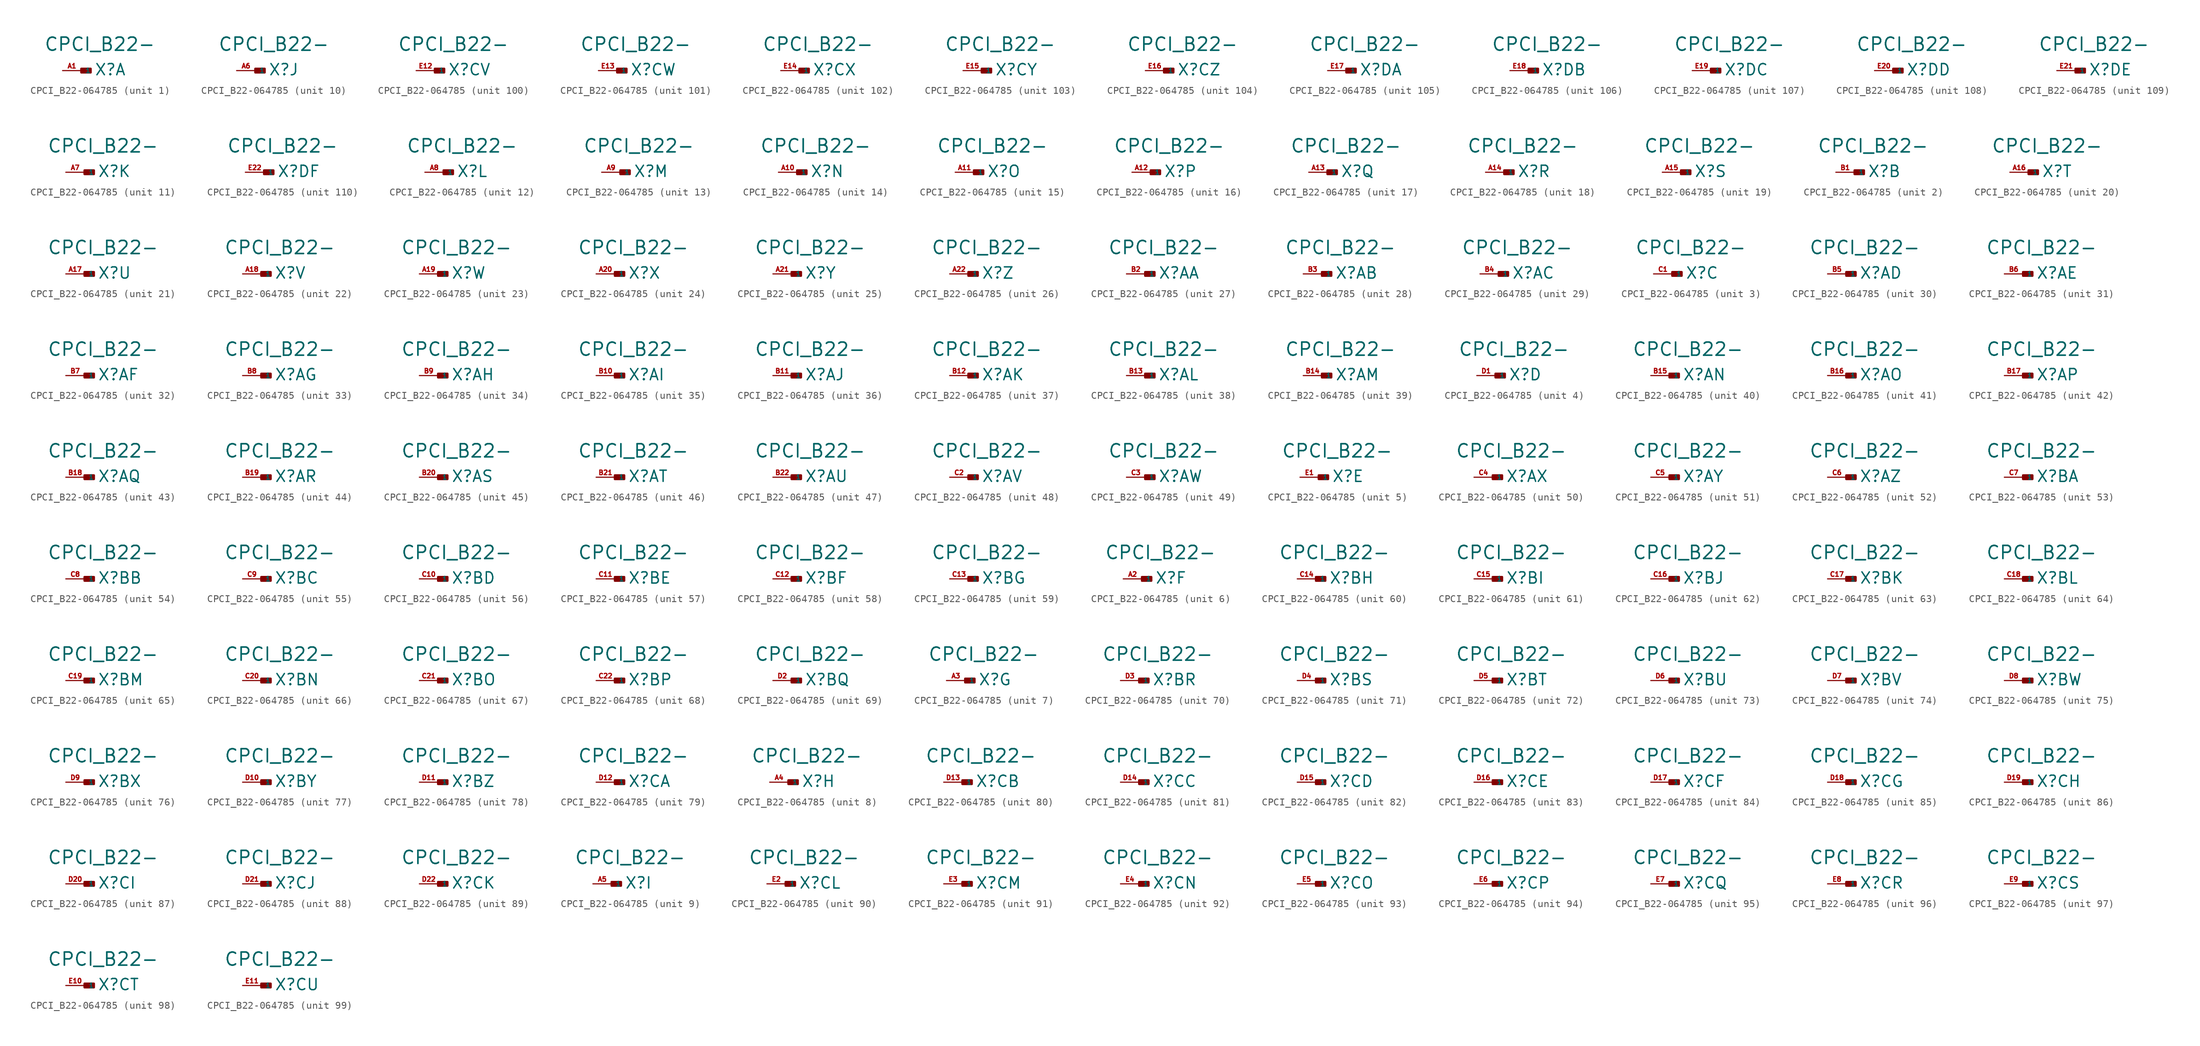
<source format=kicad_sym>
(kicad_symbol_lib
  (version 20220914)
  (generator Eagle2Kicad)
  (symbol "CPCI_B22-064785"
    (property "Reference" "X"
      (at 1.778 -0.762 0)
      (effects (font (size 1.524 1.524) (thickness 0.19)) (justify left bottom)))
    (property "Value" "CPCI_B22-"
      (at -5.08 2.54 0)
      (effects (font (size 1.778 1.778) (thickness 0.22)) (justify left bottom)))
    (symbol "CPCI_B22-064785_1_0"
      (rectangle (start 0 -0.254) (end 1.27 0.254) (stroke (width 0.3) (type default)) (fill (type outline)))
      (pin input line (at -2.54 0 0) (length 2.54) (name "1" (effects (font (size 0.635 0.635) (thickness 0.08)) (justify left bottom))) (number "A1" (effects (font (size 0.635 0.635) (thickness 0.08)) (justify left bottom)))))
    (symbol "CPCI_B22-064785_2_0"
      (rectangle (start 0 -0.254) (end 1.27 0.254) (stroke (width 0.3) (type default)) (fill (type outline)))
      (pin input line (at -2.54 0 0) (length 2.54) (name "1" (effects (font (size 0.635 0.635) (thickness 0.08)) (justify left bottom))) (number "B1" (effects (font (size 0.635 0.635) (thickness 0.08)) (justify left bottom)))))
    (symbol "CPCI_B22-064785_3_0"
      (rectangle (start 0 -0.254) (end 1.27 0.254) (stroke (width 0.3) (type default)) (fill (type outline)))
      (pin input line (at -2.54 0 0) (length 2.54) (name "1" (effects (font (size 0.635 0.635) (thickness 0.08)) (justify left bottom))) (number "C1" (effects (font (size 0.635 0.635) (thickness 0.08)) (justify left bottom)))))
    (symbol "CPCI_B22-064785_4_0"
      (rectangle (start 0 -0.254) (end 1.27 0.254) (stroke (width 0.3) (type default)) (fill (type outline)))
      (pin input line (at -2.54 0 0) (length 2.54) (name "1" (effects (font (size 0.635 0.635) (thickness 0.08)) (justify left bottom))) (number "D1" (effects (font (size 0.635 0.635) (thickness 0.08)) (justify left bottom)))))
    (symbol "CPCI_B22-064785_5_0"
      (rectangle (start 0 -0.254) (end 1.27 0.254) (stroke (width 0.3) (type default)) (fill (type outline)))
      (pin input line (at -2.54 0 0) (length 2.54) (name "1" (effects (font (size 0.635 0.635) (thickness 0.08)) (justify left bottom))) (number "E1" (effects (font (size 0.635 0.635) (thickness 0.08)) (justify left bottom)))))
    (symbol "CPCI_B22-064785_6_0"
      (rectangle (start 0 -0.254) (end 1.27 0.254) (stroke (width 0.3) (type default)) (fill (type outline)))
      (pin input line (at -2.54 0 0) (length 2.54) (name "1" (effects (font (size 0.635 0.635) (thickness 0.08)) (justify left bottom))) (number "A2" (effects (font (size 0.635 0.635) (thickness 0.08)) (justify left bottom)))))
    (symbol "CPCI_B22-064785_7_0"
      (rectangle (start 0 -0.254) (end 1.27 0.254) (stroke (width 0.3) (type default)) (fill (type outline)))
      (pin input line (at -2.54 0 0) (length 2.54) (name "1" (effects (font (size 0.635 0.635) (thickness 0.08)) (justify left bottom))) (number "A3" (effects (font (size 0.635 0.635) (thickness 0.08)) (justify left bottom)))))
    (symbol "CPCI_B22-064785_8_0"
      (rectangle (start 0 -0.254) (end 1.27 0.254) (stroke (width 0.3) (type default)) (fill (type outline)))
      (pin input line (at -2.54 0 0) (length 2.54) (name "1" (effects (font (size 0.635 0.635) (thickness 0.08)) (justify left bottom))) (number "A4" (effects (font (size 0.635 0.635) (thickness 0.08)) (justify left bottom)))))
    (symbol "CPCI_B22-064785_9_0"
      (rectangle (start 0 -0.254) (end 1.27 0.254) (stroke (width 0.3) (type default)) (fill (type outline)))
      (pin input line (at -2.54 0 0) (length 2.54) (name "1" (effects (font (size 0.635 0.635) (thickness 0.08)) (justify left bottom))) (number "A5" (effects (font (size 0.635 0.635) (thickness 0.08)) (justify left bottom)))))
    (symbol "CPCI_B22-064785_10_0"
      (rectangle (start 0 -0.254) (end 1.27 0.254) (stroke (width 0.3) (type default)) (fill (type outline)))
      (pin input line (at -2.54 0 0) (length 2.54) (name "1" (effects (font (size 0.635 0.635) (thickness 0.08)) (justify left bottom))) (number "A6" (effects (font (size 0.635 0.635) (thickness 0.08)) (justify left bottom)))))
    (symbol "CPCI_B22-064785_11_0"
      (rectangle (start 0 -0.254) (end 1.27 0.254) (stroke (width 0.3) (type default)) (fill (type outline)))
      (pin input line (at -2.54 0 0) (length 2.54) (name "1" (effects (font (size 0.635 0.635) (thickness 0.08)) (justify left bottom))) (number "A7" (effects (font (size 0.635 0.635) (thickness 0.08)) (justify left bottom)))))
    (symbol "CPCI_B22-064785_12_0"
      (rectangle (start 0 -0.254) (end 1.27 0.254) (stroke (width 0.3) (type default)) (fill (type outline)))
      (pin input line (at -2.54 0 0) (length 2.54) (name "1" (effects (font (size 0.635 0.635) (thickness 0.08)) (justify left bottom))) (number "A8" (effects (font (size 0.635 0.635) (thickness 0.08)) (justify left bottom)))))
    (symbol "CPCI_B22-064785_13_0"
      (rectangle (start 0 -0.254) (end 1.27 0.254) (stroke (width 0.3) (type default)) (fill (type outline)))
      (pin input line (at -2.54 0 0) (length 2.54) (name "1" (effects (font (size 0.635 0.635) (thickness 0.08)) (justify left bottom))) (number "A9" (effects (font (size 0.635 0.635) (thickness 0.08)) (justify left bottom)))))
    (symbol "CPCI_B22-064785_14_0"
      (rectangle (start 0 -0.254) (end 1.27 0.254) (stroke (width 0.3) (type default)) (fill (type outline)))
      (pin input line (at -2.54 0 0) (length 2.54) (name "1" (effects (font (size 0.635 0.635) (thickness 0.08)) (justify left bottom))) (number "A10" (effects (font (size 0.635 0.635) (thickness 0.08)) (justify left bottom)))))
    (symbol "CPCI_B22-064785_15_0"
      (rectangle (start 0 -0.254) (end 1.27 0.254) (stroke (width 0.3) (type default)) (fill (type outline)))
      (pin input line (at -2.54 0 0) (length 2.54) (name "1" (effects (font (size 0.635 0.635) (thickness 0.08)) (justify left bottom))) (number "A11" (effects (font (size 0.635 0.635) (thickness 0.08)) (justify left bottom)))))
    (symbol "CPCI_B22-064785_16_0"
      (rectangle (start 0 -0.254) (end 1.27 0.254) (stroke (width 0.3) (type default)) (fill (type outline)))
      (pin input line (at -2.54 0 0) (length 2.54) (name "1" (effects (font (size 0.635 0.635) (thickness 0.08)) (justify left bottom))) (number "A12" (effects (font (size 0.635 0.635) (thickness 0.08)) (justify left bottom)))))
    (symbol "CPCI_B22-064785_17_0"
      (rectangle (start 0 -0.254) (end 1.27 0.254) (stroke (width 0.3) (type default)) (fill (type outline)))
      (pin input line (at -2.54 0 0) (length 2.54) (name "1" (effects (font (size 0.635 0.635) (thickness 0.08)) (justify left bottom))) (number "A13" (effects (font (size 0.635 0.635) (thickness 0.08)) (justify left bottom)))))
    (symbol "CPCI_B22-064785_18_0"
      (rectangle (start 0 -0.254) (end 1.27 0.254) (stroke (width 0.3) (type default)) (fill (type outline)))
      (pin input line (at -2.54 0 0) (length 2.54) (name "1" (effects (font (size 0.635 0.635) (thickness 0.08)) (justify left bottom))) (number "A14" (effects (font (size 0.635 0.635) (thickness 0.08)) (justify left bottom)))))
    (symbol "CPCI_B22-064785_19_0"
      (rectangle (start 0 -0.254) (end 1.27 0.254) (stroke (width 0.3) (type default)) (fill (type outline)))
      (pin input line (at -2.54 0 0) (length 2.54) (name "1" (effects (font (size 0.635 0.635) (thickness 0.08)) (justify left bottom))) (number "A15" (effects (font (size 0.635 0.635) (thickness 0.08)) (justify left bottom)))))
    (symbol "CPCI_B22-064785_20_0"
      (rectangle (start 0 -0.254) (end 1.27 0.254) (stroke (width 0.3) (type default)) (fill (type outline)))
      (pin input line (at -2.54 0 0) (length 2.54) (name "1" (effects (font (size 0.635 0.635) (thickness 0.08)) (justify left bottom))) (number "A16" (effects (font (size 0.635 0.635) (thickness 0.08)) (justify left bottom)))))
    (symbol "CPCI_B22-064785_21_0"
      (rectangle (start 0 -0.254) (end 1.27 0.254) (stroke (width 0.3) (type default)) (fill (type outline)))
      (pin input line (at -2.54 0 0) (length 2.54) (name "1" (effects (font (size 0.635 0.635) (thickness 0.08)) (justify left bottom))) (number "A17" (effects (font (size 0.635 0.635) (thickness 0.08)) (justify left bottom)))))
    (symbol "CPCI_B22-064785_22_0"
      (rectangle (start 0 -0.254) (end 1.27 0.254) (stroke (width 0.3) (type default)) (fill (type outline)))
      (pin input line (at -2.54 0 0) (length 2.54) (name "1" (effects (font (size 0.635 0.635) (thickness 0.08)) (justify left bottom))) (number "A18" (effects (font (size 0.635 0.635) (thickness 0.08)) (justify left bottom)))))
    (symbol "CPCI_B22-064785_23_0"
      (rectangle (start 0 -0.254) (end 1.27 0.254) (stroke (width 0.3) (type default)) (fill (type outline)))
      (pin input line (at -2.54 0 0) (length 2.54) (name "1" (effects (font (size 0.635 0.635) (thickness 0.08)) (justify left bottom))) (number "A19" (effects (font (size 0.635 0.635) (thickness 0.08)) (justify left bottom)))))
    (symbol "CPCI_B22-064785_24_0"
      (rectangle (start 0 -0.254) (end 1.27 0.254) (stroke (width 0.3) (type default)) (fill (type outline)))
      (pin input line (at -2.54 0 0) (length 2.54) (name "1" (effects (font (size 0.635 0.635) (thickness 0.08)) (justify left bottom))) (number "A20" (effects (font (size 0.635 0.635) (thickness 0.08)) (justify left bottom)))))
    (symbol "CPCI_B22-064785_25_0"
      (rectangle (start 0 -0.254) (end 1.27 0.254) (stroke (width 0.3) (type default)) (fill (type outline)))
      (pin input line (at -2.54 0 0) (length 2.54) (name "1" (effects (font (size 0.635 0.635) (thickness 0.08)) (justify left bottom))) (number "A21" (effects (font (size 0.635 0.635) (thickness 0.08)) (justify left bottom)))))
    (symbol "CPCI_B22-064785_26_0"
      (rectangle (start 0 -0.254) (end 1.27 0.254) (stroke (width 0.3) (type default)) (fill (type outline)))
      (pin input line (at -2.54 0 0) (length 2.54) (name "1" (effects (font (size 0.635 0.635) (thickness 0.08)) (justify left bottom))) (number "A22" (effects (font (size 0.635 0.635) (thickness 0.08)) (justify left bottom)))))
    (symbol "CPCI_B22-064785_27_0"
      (rectangle (start 0 -0.254) (end 1.27 0.254) (stroke (width 0.3) (type default)) (fill (type outline)))
      (pin input line (at -2.54 0 0) (length 2.54) (name "1" (effects (font (size 0.635 0.635) (thickness 0.08)) (justify left bottom))) (number "B2" (effects (font (size 0.635 0.635) (thickness 0.08)) (justify left bottom)))))
    (symbol "CPCI_B22-064785_28_0"
      (rectangle (start 0 -0.254) (end 1.27 0.254) (stroke (width 0.3) (type default)) (fill (type outline)))
      (pin input line (at -2.54 0 0) (length 2.54) (name "1" (effects (font (size 0.635 0.635) (thickness 0.08)) (justify left bottom))) (number "B3" (effects (font (size 0.635 0.635) (thickness 0.08)) (justify left bottom)))))
    (symbol "CPCI_B22-064785_29_0"
      (rectangle (start 0 -0.254) (end 1.27 0.254) (stroke (width 0.3) (type default)) (fill (type outline)))
      (pin input line (at -2.54 0 0) (length 2.54) (name "1" (effects (font (size 0.635 0.635) (thickness 0.08)) (justify left bottom))) (number "B4" (effects (font (size 0.635 0.635) (thickness 0.08)) (justify left bottom)))))
    (symbol "CPCI_B22-064785_30_0"
      (rectangle (start 0 -0.254) (end 1.27 0.254) (stroke (width 0.3) (type default)) (fill (type outline)))
      (pin input line (at -2.54 0 0) (length 2.54) (name "1" (effects (font (size 0.635 0.635) (thickness 0.08)) (justify left bottom))) (number "B5" (effects (font (size 0.635 0.635) (thickness 0.08)) (justify left bottom)))))
    (symbol "CPCI_B22-064785_31_0"
      (rectangle (start 0 -0.254) (end 1.27 0.254) (stroke (width 0.3) (type default)) (fill (type outline)))
      (pin input line (at -2.54 0 0) (length 2.54) (name "1" (effects (font (size 0.635 0.635) (thickness 0.08)) (justify left bottom))) (number "B6" (effects (font (size 0.635 0.635) (thickness 0.08)) (justify left bottom)))))
    (symbol "CPCI_B22-064785_32_0"
      (rectangle (start 0 -0.254) (end 1.27 0.254) (stroke (width 0.3) (type default)) (fill (type outline)))
      (pin input line (at -2.54 0 0) (length 2.54) (name "1" (effects (font (size 0.635 0.635) (thickness 0.08)) (justify left bottom))) (number "B7" (effects (font (size 0.635 0.635) (thickness 0.08)) (justify left bottom)))))
    (symbol "CPCI_B22-064785_33_0"
      (rectangle (start 0 -0.254) (end 1.27 0.254) (stroke (width 0.3) (type default)) (fill (type outline)))
      (pin input line (at -2.54 0 0) (length 2.54) (name "1" (effects (font (size 0.635 0.635) (thickness 0.08)) (justify left bottom))) (number "B8" (effects (font (size 0.635 0.635) (thickness 0.08)) (justify left bottom)))))
    (symbol "CPCI_B22-064785_34_0"
      (rectangle (start 0 -0.254) (end 1.27 0.254) (stroke (width 0.3) (type default)) (fill (type outline)))
      (pin input line (at -2.54 0 0) (length 2.54) (name "1" (effects (font (size 0.635 0.635) (thickness 0.08)) (justify left bottom))) (number "B9" (effects (font (size 0.635 0.635) (thickness 0.08)) (justify left bottom)))))
    (symbol "CPCI_B22-064785_35_0"
      (rectangle (start 0 -0.254) (end 1.27 0.254) (stroke (width 0.3) (type default)) (fill (type outline)))
      (pin input line (at -2.54 0 0) (length 2.54) (name "1" (effects (font (size 0.635 0.635) (thickness 0.08)) (justify left bottom))) (number "B10" (effects (font (size 0.635 0.635) (thickness 0.08)) (justify left bottom)))))
    (symbol "CPCI_B22-064785_36_0"
      (rectangle (start 0 -0.254) (end 1.27 0.254) (stroke (width 0.3) (type default)) (fill (type outline)))
      (pin input line (at -2.54 0 0) (length 2.54) (name "1" (effects (font (size 0.635 0.635) (thickness 0.08)) (justify left bottom))) (number "B11" (effects (font (size 0.635 0.635) (thickness 0.08)) (justify left bottom)))))
    (symbol "CPCI_B22-064785_37_0"
      (rectangle (start 0 -0.254) (end 1.27 0.254) (stroke (width 0.3) (type default)) (fill (type outline)))
      (pin input line (at -2.54 0 0) (length 2.54) (name "1" (effects (font (size 0.635 0.635) (thickness 0.08)) (justify left bottom))) (number "B12" (effects (font (size 0.635 0.635) (thickness 0.08)) (justify left bottom)))))
    (symbol "CPCI_B22-064785_38_0"
      (rectangle (start 0 -0.254) (end 1.27 0.254) (stroke (width 0.3) (type default)) (fill (type outline)))
      (pin input line (at -2.54 0 0) (length 2.54) (name "1" (effects (font (size 0.635 0.635) (thickness 0.08)) (justify left bottom))) (number "B13" (effects (font (size 0.635 0.635) (thickness 0.08)) (justify left bottom)))))
    (symbol "CPCI_B22-064785_39_0"
      (rectangle (start 0 -0.254) (end 1.27 0.254) (stroke (width 0.3) (type default)) (fill (type outline)))
      (pin input line (at -2.54 0 0) (length 2.54) (name "1" (effects (font (size 0.635 0.635) (thickness 0.08)) (justify left bottom))) (number "B14" (effects (font (size 0.635 0.635) (thickness 0.08)) (justify left bottom)))))
    (symbol "CPCI_B22-064785_40_0"
      (rectangle (start 0 -0.254) (end 1.27 0.254) (stroke (width 0.3) (type default)) (fill (type outline)))
      (pin input line (at -2.54 0 0) (length 2.54) (name "1" (effects (font (size 0.635 0.635) (thickness 0.08)) (justify left bottom))) (number "B15" (effects (font (size 0.635 0.635) (thickness 0.08)) (justify left bottom)))))
    (symbol "CPCI_B22-064785_41_0"
      (rectangle (start 0 -0.254) (end 1.27 0.254) (stroke (width 0.3) (type default)) (fill (type outline)))
      (pin input line (at -2.54 0 0) (length 2.54) (name "1" (effects (font (size 0.635 0.635) (thickness 0.08)) (justify left bottom))) (number "B16" (effects (font (size 0.635 0.635) (thickness 0.08)) (justify left bottom)))))
    (symbol "CPCI_B22-064785_42_0"
      (rectangle (start 0 -0.254) (end 1.27 0.254) (stroke (width 0.3) (type default)) (fill (type outline)))
      (pin input line (at -2.54 0 0) (length 2.54) (name "1" (effects (font (size 0.635 0.635) (thickness 0.08)) (justify left bottom))) (number "B17" (effects (font (size 0.635 0.635) (thickness 0.08)) (justify left bottom)))))
    (symbol "CPCI_B22-064785_43_0"
      (rectangle (start 0 -0.254) (end 1.27 0.254) (stroke (width 0.3) (type default)) (fill (type outline)))
      (pin input line (at -2.54 0 0) (length 2.54) (name "1" (effects (font (size 0.635 0.635) (thickness 0.08)) (justify left bottom))) (number "B18" (effects (font (size 0.635 0.635) (thickness 0.08)) (justify left bottom)))))
    (symbol "CPCI_B22-064785_44_0"
      (rectangle (start 0 -0.254) (end 1.27 0.254) (stroke (width 0.3) (type default)) (fill (type outline)))
      (pin input line (at -2.54 0 0) (length 2.54) (name "1" (effects (font (size 0.635 0.635) (thickness 0.08)) (justify left bottom))) (number "B19" (effects (font (size 0.635 0.635) (thickness 0.08)) (justify left bottom)))))
    (symbol "CPCI_B22-064785_45_0"
      (rectangle (start 0 -0.254) (end 1.27 0.254) (stroke (width 0.3) (type default)) (fill (type outline)))
      (pin input line (at -2.54 0 0) (length 2.54) (name "1" (effects (font (size 0.635 0.635) (thickness 0.08)) (justify left bottom))) (number "B20" (effects (font (size 0.635 0.635) (thickness 0.08)) (justify left bottom)))))
    (symbol "CPCI_B22-064785_46_0"
      (rectangle (start 0 -0.254) (end 1.27 0.254) (stroke (width 0.3) (type default)) (fill (type outline)))
      (pin input line (at -2.54 0 0) (length 2.54) (name "1" (effects (font (size 0.635 0.635) (thickness 0.08)) (justify left bottom))) (number "B21" (effects (font (size 0.635 0.635) (thickness 0.08)) (justify left bottom)))))
    (symbol "CPCI_B22-064785_47_0"
      (rectangle (start 0 -0.254) (end 1.27 0.254) (stroke (width 0.3) (type default)) (fill (type outline)))
      (pin input line (at -2.54 0 0) (length 2.54) (name "1" (effects (font (size 0.635 0.635) (thickness 0.08)) (justify left bottom))) (number "B22" (effects (font (size 0.635 0.635) (thickness 0.08)) (justify left bottom)))))
    (symbol "CPCI_B22-064785_48_0"
      (rectangle (start 0 -0.254) (end 1.27 0.254) (stroke (width 0.3) (type default)) (fill (type outline)))
      (pin input line (at -2.54 0 0) (length 2.54) (name "1" (effects (font (size 0.635 0.635) (thickness 0.08)) (justify left bottom))) (number "C2" (effects (font (size 0.635 0.635) (thickness 0.08)) (justify left bottom)))))
    (symbol "CPCI_B22-064785_49_0"
      (rectangle (start 0 -0.254) (end 1.27 0.254) (stroke (width 0.3) (type default)) (fill (type outline)))
      (pin input line (at -2.54 0 0) (length 2.54) (name "1" (effects (font (size 0.635 0.635) (thickness 0.08)) (justify left bottom))) (number "C3" (effects (font (size 0.635 0.635) (thickness 0.08)) (justify left bottom)))))
    (symbol "CPCI_B22-064785_50_0"
      (rectangle (start 0 -0.254) (end 1.27 0.254) (stroke (width 0.3) (type default)) (fill (type outline)))
      (pin input line (at -2.54 0 0) (length 2.54) (name "1" (effects (font (size 0.635 0.635) (thickness 0.08)) (justify left bottom))) (number "C4" (effects (font (size 0.635 0.635) (thickness 0.08)) (justify left bottom)))))
    (symbol "CPCI_B22-064785_51_0"
      (rectangle (start 0 -0.254) (end 1.27 0.254) (stroke (width 0.3) (type default)) (fill (type outline)))
      (pin input line (at -2.54 0 0) (length 2.54) (name "1" (effects (font (size 0.635 0.635) (thickness 0.08)) (justify left bottom))) (number "C5" (effects (font (size 0.635 0.635) (thickness 0.08)) (justify left bottom)))))
    (symbol "CPCI_B22-064785_52_0"
      (rectangle (start 0 -0.254) (end 1.27 0.254) (stroke (width 0.3) (type default)) (fill (type outline)))
      (pin input line (at -2.54 0 0) (length 2.54) (name "1" (effects (font (size 0.635 0.635) (thickness 0.08)) (justify left bottom))) (number "C6" (effects (font (size 0.635 0.635) (thickness 0.08)) (justify left bottom)))))
    (symbol "CPCI_B22-064785_53_0"
      (rectangle (start 0 -0.254) (end 1.27 0.254) (stroke (width 0.3) (type default)) (fill (type outline)))
      (pin input line (at -2.54 0 0) (length 2.54) (name "1" (effects (font (size 0.635 0.635) (thickness 0.08)) (justify left bottom))) (number "C7" (effects (font (size 0.635 0.635) (thickness 0.08)) (justify left bottom)))))
    (symbol "CPCI_B22-064785_54_0"
      (rectangle (start 0 -0.254) (end 1.27 0.254) (stroke (width 0.3) (type default)) (fill (type outline)))
      (pin input line (at -2.54 0 0) (length 2.54) (name "1" (effects (font (size 0.635 0.635) (thickness 0.08)) (justify left bottom))) (number "C8" (effects (font (size 0.635 0.635) (thickness 0.08)) (justify left bottom)))))
    (symbol "CPCI_B22-064785_55_0"
      (rectangle (start 0 -0.254) (end 1.27 0.254) (stroke (width 0.3) (type default)) (fill (type outline)))
      (pin input line (at -2.54 0 0) (length 2.54) (name "1" (effects (font (size 0.635 0.635) (thickness 0.08)) (justify left bottom))) (number "C9" (effects (font (size 0.635 0.635) (thickness 0.08)) (justify left bottom)))))
    (symbol "CPCI_B22-064785_56_0"
      (rectangle (start 0 -0.254) (end 1.27 0.254) (stroke (width 0.3) (type default)) (fill (type outline)))
      (pin input line (at -2.54 0 0) (length 2.54) (name "1" (effects (font (size 0.635 0.635) (thickness 0.08)) (justify left bottom))) (number "C10" (effects (font (size 0.635 0.635) (thickness 0.08)) (justify left bottom)))))
    (symbol "CPCI_B22-064785_57_0"
      (rectangle (start 0 -0.254) (end 1.27 0.254) (stroke (width 0.3) (type default)) (fill (type outline)))
      (pin input line (at -2.54 0 0) (length 2.54) (name "1" (effects (font (size 0.635 0.635) (thickness 0.08)) (justify left bottom))) (number "C11" (effects (font (size 0.635 0.635) (thickness 0.08)) (justify left bottom)))))
    (symbol "CPCI_B22-064785_58_0"
      (rectangle (start 0 -0.254) (end 1.27 0.254) (stroke (width 0.3) (type default)) (fill (type outline)))
      (pin input line (at -2.54 0 0) (length 2.54) (name "1" (effects (font (size 0.635 0.635) (thickness 0.08)) (justify left bottom))) (number "C12" (effects (font (size 0.635 0.635) (thickness 0.08)) (justify left bottom)))))
    (symbol "CPCI_B22-064785_59_0"
      (rectangle (start 0 -0.254) (end 1.27 0.254) (stroke (width 0.3) (type default)) (fill (type outline)))
      (pin input line (at -2.54 0 0) (length 2.54) (name "1" (effects (font (size 0.635 0.635) (thickness 0.08)) (justify left bottom))) (number "C13" (effects (font (size 0.635 0.635) (thickness 0.08)) (justify left bottom)))))
    (symbol "CPCI_B22-064785_60_0"
      (rectangle (start 0 -0.254) (end 1.27 0.254) (stroke (width 0.3) (type default)) (fill (type outline)))
      (pin input line (at -2.54 0 0) (length 2.54) (name "1" (effects (font (size 0.635 0.635) (thickness 0.08)) (justify left bottom))) (number "C14" (effects (font (size 0.635 0.635) (thickness 0.08)) (justify left bottom)))))
    (symbol "CPCI_B22-064785_61_0"
      (rectangle (start 0 -0.254) (end 1.27 0.254) (stroke (width 0.3) (type default)) (fill (type outline)))
      (pin input line (at -2.54 0 0) (length 2.54) (name "1" (effects (font (size 0.635 0.635) (thickness 0.08)) (justify left bottom))) (number "C15" (effects (font (size 0.635 0.635) (thickness 0.08)) (justify left bottom)))))
    (symbol "CPCI_B22-064785_62_0"
      (rectangle (start 0 -0.254) (end 1.27 0.254) (stroke (width 0.3) (type default)) (fill (type outline)))
      (pin input line (at -2.54 0 0) (length 2.54) (name "1" (effects (font (size 0.635 0.635) (thickness 0.08)) (justify left bottom))) (number "C16" (effects (font (size 0.635 0.635) (thickness 0.08)) (justify left bottom)))))
    (symbol "CPCI_B22-064785_63_0"
      (rectangle (start 0 -0.254) (end 1.27 0.254) (stroke (width 0.3) (type default)) (fill (type outline)))
      (pin input line (at -2.54 0 0) (length 2.54) (name "1" (effects (font (size 0.635 0.635) (thickness 0.08)) (justify left bottom))) (number "C17" (effects (font (size 0.635 0.635) (thickness 0.08)) (justify left bottom)))))
    (symbol "CPCI_B22-064785_64_0"
      (rectangle (start 0 -0.254) (end 1.27 0.254) (stroke (width 0.3) (type default)) (fill (type outline)))
      (pin input line (at -2.54 0 0) (length 2.54) (name "1" (effects (font (size 0.635 0.635) (thickness 0.08)) (justify left bottom))) (number "C18" (effects (font (size 0.635 0.635) (thickness 0.08)) (justify left bottom)))))
    (symbol "CPCI_B22-064785_65_0"
      (rectangle (start 0 -0.254) (end 1.27 0.254) (stroke (width 0.3) (type default)) (fill (type outline)))
      (pin input line (at -2.54 0 0) (length 2.54) (name "1" (effects (font (size 0.635 0.635) (thickness 0.08)) (justify left bottom))) (number "C19" (effects (font (size 0.635 0.635) (thickness 0.08)) (justify left bottom)))))
    (symbol "CPCI_B22-064785_66_0"
      (rectangle (start 0 -0.254) (end 1.27 0.254) (stroke (width 0.3) (type default)) (fill (type outline)))
      (pin input line (at -2.54 0 0) (length 2.54) (name "1" (effects (font (size 0.635 0.635) (thickness 0.08)) (justify left bottom))) (number "C20" (effects (font (size 0.635 0.635) (thickness 0.08)) (justify left bottom)))))
    (symbol "CPCI_B22-064785_67_0"
      (rectangle (start 0 -0.254) (end 1.27 0.254) (stroke (width 0.3) (type default)) (fill (type outline)))
      (pin input line (at -2.54 0 0) (length 2.54) (name "1" (effects (font (size 0.635 0.635) (thickness 0.08)) (justify left bottom))) (number "C21" (effects (font (size 0.635 0.635) (thickness 0.08)) (justify left bottom)))))
    (symbol "CPCI_B22-064785_68_0"
      (rectangle (start 0 -0.254) (end 1.27 0.254) (stroke (width 0.3) (type default)) (fill (type outline)))
      (pin input line (at -2.54 0 0) (length 2.54) (name "1" (effects (font (size 0.635 0.635) (thickness 0.08)) (justify left bottom))) (number "C22" (effects (font (size 0.635 0.635) (thickness 0.08)) (justify left bottom)))))
    (symbol "CPCI_B22-064785_69_0"
      (rectangle (start 0 -0.254) (end 1.27 0.254) (stroke (width 0.3) (type default)) (fill (type outline)))
      (pin input line (at -2.54 0 0) (length 2.54) (name "1" (effects (font (size 0.635 0.635) (thickness 0.08)) (justify left bottom))) (number "D2" (effects (font (size 0.635 0.635) (thickness 0.08)) (justify left bottom)))))
    (symbol "CPCI_B22-064785_70_0"
      (rectangle (start 0 -0.254) (end 1.27 0.254) (stroke (width 0.3) (type default)) (fill (type outline)))
      (pin input line (at -2.54 0 0) (length 2.54) (name "1" (effects (font (size 0.635 0.635) (thickness 0.08)) (justify left bottom))) (number "D3" (effects (font (size 0.635 0.635) (thickness 0.08)) (justify left bottom)))))
    (symbol "CPCI_B22-064785_71_0"
      (rectangle (start 0 -0.254) (end 1.27 0.254) (stroke (width 0.3) (type default)) (fill (type outline)))
      (pin input line (at -2.54 0 0) (length 2.54) (name "1" (effects (font (size 0.635 0.635) (thickness 0.08)) (justify left bottom))) (number "D4" (effects (font (size 0.635 0.635) (thickness 0.08)) (justify left bottom)))))
    (symbol "CPCI_B22-064785_72_0"
      (rectangle (start 0 -0.254) (end 1.27 0.254) (stroke (width 0.3) (type default)) (fill (type outline)))
      (pin input line (at -2.54 0 0) (length 2.54) (name "1" (effects (font (size 0.635 0.635) (thickness 0.08)) (justify left bottom))) (number "D5" (effects (font (size 0.635 0.635) (thickness 0.08)) (justify left bottom)))))
    (symbol "CPCI_B22-064785_73_0"
      (rectangle (start 0 -0.254) (end 1.27 0.254) (stroke (width 0.3) (type default)) (fill (type outline)))
      (pin input line (at -2.54 0 0) (length 2.54) (name "1" (effects (font (size 0.635 0.635) (thickness 0.08)) (justify left bottom))) (number "D6" (effects (font (size 0.635 0.635) (thickness 0.08)) (justify left bottom)))))
    (symbol "CPCI_B22-064785_74_0"
      (rectangle (start 0 -0.254) (end 1.27 0.254) (stroke (width 0.3) (type default)) (fill (type outline)))
      (pin input line (at -2.54 0 0) (length 2.54) (name "1" (effects (font (size 0.635 0.635) (thickness 0.08)) (justify left bottom))) (number "D7" (effects (font (size 0.635 0.635) (thickness 0.08)) (justify left bottom)))))
    (symbol "CPCI_B22-064785_75_0"
      (rectangle (start 0 -0.254) (end 1.27 0.254) (stroke (width 0.3) (type default)) (fill (type outline)))
      (pin input line (at -2.54 0 0) (length 2.54) (name "1" (effects (font (size 0.635 0.635) (thickness 0.08)) (justify left bottom))) (number "D8" (effects (font (size 0.635 0.635) (thickness 0.08)) (justify left bottom)))))
    (symbol "CPCI_B22-064785_76_0"
      (rectangle (start 0 -0.254) (end 1.27 0.254) (stroke (width 0.3) (type default)) (fill (type outline)))
      (pin input line (at -2.54 0 0) (length 2.54) (name "1" (effects (font (size 0.635 0.635) (thickness 0.08)) (justify left bottom))) (number "D9" (effects (font (size 0.635 0.635) (thickness 0.08)) (justify left bottom)))))
    (symbol "CPCI_B22-064785_77_0"
      (rectangle (start 0 -0.254) (end 1.27 0.254) (stroke (width 0.3) (type default)) (fill (type outline)))
      (pin input line (at -2.54 0 0) (length 2.54) (name "1" (effects (font (size 0.635 0.635) (thickness 0.08)) (justify left bottom))) (number "D10" (effects (font (size 0.635 0.635) (thickness 0.08)) (justify left bottom)))))
    (symbol "CPCI_B22-064785_78_0"
      (rectangle (start 0 -0.254) (end 1.27 0.254) (stroke (width 0.3) (type default)) (fill (type outline)))
      (pin input line (at -2.54 0 0) (length 2.54) (name "1" (effects (font (size 0.635 0.635) (thickness 0.08)) (justify left bottom))) (number "D11" (effects (font (size 0.635 0.635) (thickness 0.08)) (justify left bottom)))))
    (symbol "CPCI_B22-064785_79_0"
      (rectangle (start 0 -0.254) (end 1.27 0.254) (stroke (width 0.3) (type default)) (fill (type outline)))
      (pin input line (at -2.54 0 0) (length 2.54) (name "1" (effects (font (size 0.635 0.635) (thickness 0.08)) (justify left bottom))) (number "D12" (effects (font (size 0.635 0.635) (thickness 0.08)) (justify left bottom)))))
    (symbol "CPCI_B22-064785_80_0"
      (rectangle (start 0 -0.254) (end 1.27 0.254) (stroke (width 0.3) (type default)) (fill (type outline)))
      (pin input line (at -2.54 0 0) (length 2.54) (name "1" (effects (font (size 0.635 0.635) (thickness 0.08)) (justify left bottom))) (number "D13" (effects (font (size 0.635 0.635) (thickness 0.08)) (justify left bottom)))))
    (symbol "CPCI_B22-064785_81_0"
      (rectangle (start 0 -0.254) (end 1.27 0.254) (stroke (width 0.3) (type default)) (fill (type outline)))
      (pin input line (at -2.54 0 0) (length 2.54) (name "1" (effects (font (size 0.635 0.635) (thickness 0.08)) (justify left bottom))) (number "D14" (effects (font (size 0.635 0.635) (thickness 0.08)) (justify left bottom)))))
    (symbol "CPCI_B22-064785_82_0"
      (rectangle (start 0 -0.254) (end 1.27 0.254) (stroke (width 0.3) (type default)) (fill (type outline)))
      (pin input line (at -2.54 0 0) (length 2.54) (name "1" (effects (font (size 0.635 0.635) (thickness 0.08)) (justify left bottom))) (number "D15" (effects (font (size 0.635 0.635) (thickness 0.08)) (justify left bottom)))))
    (symbol "CPCI_B22-064785_83_0"
      (rectangle (start 0 -0.254) (end 1.27 0.254) (stroke (width 0.3) (type default)) (fill (type outline)))
      (pin input line (at -2.54 0 0) (length 2.54) (name "1" (effects (font (size 0.635 0.635) (thickness 0.08)) (justify left bottom))) (number "D16" (effects (font (size 0.635 0.635) (thickness 0.08)) (justify left bottom)))))
    (symbol "CPCI_B22-064785_84_0"
      (rectangle (start 0 -0.254) (end 1.27 0.254) (stroke (width 0.3) (type default)) (fill (type outline)))
      (pin input line (at -2.54 0 0) (length 2.54) (name "1" (effects (font (size 0.635 0.635) (thickness 0.08)) (justify left bottom))) (number "D17" (effects (font (size 0.635 0.635) (thickness 0.08)) (justify left bottom)))))
    (symbol "CPCI_B22-064785_85_0"
      (rectangle (start 0 -0.254) (end 1.27 0.254) (stroke (width 0.3) (type default)) (fill (type outline)))
      (pin input line (at -2.54 0 0) (length 2.54) (name "1" (effects (font (size 0.635 0.635) (thickness 0.08)) (justify left bottom))) (number "D18" (effects (font (size 0.635 0.635) (thickness 0.08)) (justify left bottom)))))
    (symbol "CPCI_B22-064785_86_0"
      (rectangle (start 0 -0.254) (end 1.27 0.254) (stroke (width 0.3) (type default)) (fill (type outline)))
      (pin input line (at -2.54 0 0) (length 2.54) (name "1" (effects (font (size 0.635 0.635) (thickness 0.08)) (justify left bottom))) (number "D19" (effects (font (size 0.635 0.635) (thickness 0.08)) (justify left bottom)))))
    (symbol "CPCI_B22-064785_87_0"
      (rectangle (start 0 -0.254) (end 1.27 0.254) (stroke (width 0.3) (type default)) (fill (type outline)))
      (pin input line (at -2.54 0 0) (length 2.54) (name "1" (effects (font (size 0.635 0.635) (thickness 0.08)) (justify left bottom))) (number "D20" (effects (font (size 0.635 0.635) (thickness 0.08)) (justify left bottom)))))
    (symbol "CPCI_B22-064785_88_0"
      (rectangle (start 0 -0.254) (end 1.27 0.254) (stroke (width 0.3) (type default)) (fill (type outline)))
      (pin input line (at -2.54 0 0) (length 2.54) (name "1" (effects (font (size 0.635 0.635) (thickness 0.08)) (justify left bottom))) (number "D21" (effects (font (size 0.635 0.635) (thickness 0.08)) (justify left bottom)))))
    (symbol "CPCI_B22-064785_89_0"
      (rectangle (start 0 -0.254) (end 1.27 0.254) (stroke (width 0.3) (type default)) (fill (type outline)))
      (pin input line (at -2.54 0 0) (length 2.54) (name "1" (effects (font (size 0.635 0.635) (thickness 0.08)) (justify left bottom))) (number "D22" (effects (font (size 0.635 0.635) (thickness 0.08)) (justify left bottom)))))
    (symbol "CPCI_B22-064785_90_0"
      (rectangle (start 0 -0.254) (end 1.27 0.254) (stroke (width 0.3) (type default)) (fill (type outline)))
      (pin input line (at -2.54 0 0) (length 2.54) (name "1" (effects (font (size 0.635 0.635) (thickness 0.08)) (justify left bottom))) (number "E2" (effects (font (size 0.635 0.635) (thickness 0.08)) (justify left bottom)))))
    (symbol "CPCI_B22-064785_91_0"
      (rectangle (start 0 -0.254) (end 1.27 0.254) (stroke (width 0.3) (type default)) (fill (type outline)))
      (pin input line (at -2.54 0 0) (length 2.54) (name "1" (effects (font (size 0.635 0.635) (thickness 0.08)) (justify left bottom))) (number "E3" (effects (font (size 0.635 0.635) (thickness 0.08)) (justify left bottom)))))
    (symbol "CPCI_B22-064785_92_0"
      (rectangle (start 0 -0.254) (end 1.27 0.254) (stroke (width 0.3) (type default)) (fill (type outline)))
      (pin input line (at -2.54 0 0) (length 2.54) (name "1" (effects (font (size 0.635 0.635) (thickness 0.08)) (justify left bottom))) (number "E4" (effects (font (size 0.635 0.635) (thickness 0.08)) (justify left bottom)))))
    (symbol "CPCI_B22-064785_93_0"
      (rectangle (start 0 -0.254) (end 1.27 0.254) (stroke (width 0.3) (type default)) (fill (type outline)))
      (pin input line (at -2.54 0 0) (length 2.54) (name "1" (effects (font (size 0.635 0.635) (thickness 0.08)) (justify left bottom))) (number "E5" (effects (font (size 0.635 0.635) (thickness 0.08)) (justify left bottom)))))
    (symbol "CPCI_B22-064785_94_0"
      (rectangle (start 0 -0.254) (end 1.27 0.254) (stroke (width 0.3) (type default)) (fill (type outline)))
      (pin input line (at -2.54 0 0) (length 2.54) (name "1" (effects (font (size 0.635 0.635) (thickness 0.08)) (justify left bottom))) (number "E6" (effects (font (size 0.635 0.635) (thickness 0.08)) (justify left bottom)))))
    (symbol "CPCI_B22-064785_95_0"
      (rectangle (start 0 -0.254) (end 1.27 0.254) (stroke (width 0.3) (type default)) (fill (type outline)))
      (pin input line (at -2.54 0 0) (length 2.54) (name "1" (effects (font (size 0.635 0.635) (thickness 0.08)) (justify left bottom))) (number "E7" (effects (font (size 0.635 0.635) (thickness 0.08)) (justify left bottom)))))
    (symbol "CPCI_B22-064785_96_0"
      (rectangle (start 0 -0.254) (end 1.27 0.254) (stroke (width 0.3) (type default)) (fill (type outline)))
      (pin input line (at -2.54 0 0) (length 2.54) (name "1" (effects (font (size 0.635 0.635) (thickness 0.08)) (justify left bottom))) (number "E8" (effects (font (size 0.635 0.635) (thickness 0.08)) (justify left bottom)))))
    (symbol "CPCI_B22-064785_97_0"
      (rectangle (start 0 -0.254) (end 1.27 0.254) (stroke (width 0.3) (type default)) (fill (type outline)))
      (pin input line (at -2.54 0 0) (length 2.54) (name "1" (effects (font (size 0.635 0.635) (thickness 0.08)) (justify left bottom))) (number "E9" (effects (font (size 0.635 0.635) (thickness 0.08)) (justify left bottom)))))
    (symbol "CPCI_B22-064785_98_0"
      (rectangle (start 0 -0.254) (end 1.27 0.254) (stroke (width 0.3) (type default)) (fill (type outline)))
      (pin input line (at -2.54 0 0) (length 2.54) (name "1" (effects (font (size 0.635 0.635) (thickness 0.08)) (justify left bottom))) (number "E10" (effects (font (size 0.635 0.635) (thickness 0.08)) (justify left bottom)))))
    (symbol "CPCI_B22-064785_99_0"
      (rectangle (start 0 -0.254) (end 1.27 0.254) (stroke (width 0.3) (type default)) (fill (type outline)))
      (pin input line (at -2.54 0 0) (length 2.54) (name "1" (effects (font (size 0.635 0.635) (thickness 0.08)) (justify left bottom))) (number "E11" (effects (font (size 0.635 0.635) (thickness 0.08)) (justify left bottom)))))
    (symbol "CPCI_B22-064785_100_0"
      (rectangle (start 0 -0.254) (end 1.27 0.254) (stroke (width 0.3) (type default)) (fill (type outline)))
      (pin input line (at -2.54 0 0) (length 2.54) (name "1" (effects (font (size 0.635 0.635) (thickness 0.08)) (justify left bottom))) (number "E12" (effects (font (size 0.635 0.635) (thickness 0.08)) (justify left bottom)))))
    (symbol "CPCI_B22-064785_101_0"
      (rectangle (start 0 -0.254) (end 1.27 0.254) (stroke (width 0.3) (type default)) (fill (type outline)))
      (pin input line (at -2.54 0 0) (length 2.54) (name "1" (effects (font (size 0.635 0.635) (thickness 0.08)) (justify left bottom))) (number "E13" (effects (font (size 0.635 0.635) (thickness 0.08)) (justify left bottom)))))
    (symbol "CPCI_B22-064785_102_0"
      (rectangle (start 0 -0.254) (end 1.27 0.254) (stroke (width 0.3) (type default)) (fill (type outline)))
      (pin input line (at -2.54 0 0) (length 2.54) (name "1" (effects (font (size 0.635 0.635) (thickness 0.08)) (justify left bottom))) (number "E14" (effects (font (size 0.635 0.635) (thickness 0.08)) (justify left bottom)))))
    (symbol "CPCI_B22-064785_103_0"
      (rectangle (start 0 -0.254) (end 1.27 0.254) (stroke (width 0.3) (type default)) (fill (type outline)))
      (pin input line (at -2.54 0 0) (length 2.54) (name "1" (effects (font (size 0.635 0.635) (thickness 0.08)) (justify left bottom))) (number "E15" (effects (font (size 0.635 0.635) (thickness 0.08)) (justify left bottom)))))
    (symbol "CPCI_B22-064785_104_0"
      (rectangle (start 0 -0.254) (end 1.27 0.254) (stroke (width 0.3) (type default)) (fill (type outline)))
      (pin input line (at -2.54 0 0) (length 2.54) (name "1" (effects (font (size 0.635 0.635) (thickness 0.08)) (justify left bottom))) (number "E16" (effects (font (size 0.635 0.635) (thickness 0.08)) (justify left bottom)))))
    (symbol "CPCI_B22-064785_105_0"
      (rectangle (start 0 -0.254) (end 1.27 0.254) (stroke (width 0.3) (type default)) (fill (type outline)))
      (pin input line (at -2.54 0 0) (length 2.54) (name "1" (effects (font (size 0.635 0.635) (thickness 0.08)) (justify left bottom))) (number "E17" (effects (font (size 0.635 0.635) (thickness 0.08)) (justify left bottom)))))
    (symbol "CPCI_B22-064785_106_0"
      (rectangle (start 0 -0.254) (end 1.27 0.254) (stroke (width 0.3) (type default)) (fill (type outline)))
      (pin input line (at -2.54 0 0) (length 2.54) (name "1" (effects (font (size 0.635 0.635) (thickness 0.08)) (justify left bottom))) (number "E18" (effects (font (size 0.635 0.635) (thickness 0.08)) (justify left bottom)))))
    (symbol "CPCI_B22-064785_107_0"
      (rectangle (start 0 -0.254) (end 1.27 0.254) (stroke (width 0.3) (type default)) (fill (type outline)))
      (pin input line (at -2.54 0 0) (length 2.54) (name "1" (effects (font (size 0.635 0.635) (thickness 0.08)) (justify left bottom))) (number "E19" (effects (font (size 0.635 0.635) (thickness 0.08)) (justify left bottom)))))
    (symbol "CPCI_B22-064785_108_0"
      (rectangle (start 0 -0.254) (end 1.27 0.254) (stroke (width 0.3) (type default)) (fill (type outline)))
      (pin input line (at -2.54 0 0) (length 2.54) (name "1" (effects (font (size 0.635 0.635) (thickness 0.08)) (justify left bottom))) (number "E20" (effects (font (size 0.635 0.635) (thickness 0.08)) (justify left bottom)))))
    (symbol "CPCI_B22-064785_109_0"
      (rectangle (start 0 -0.254) (end 1.27 0.254) (stroke (width 0.3) (type default)) (fill (type outline)))
      (pin input line (at -2.54 0 0) (length 2.54) (name "1" (effects (font (size 0.635 0.635) (thickness 0.08)) (justify left bottom))) (number "E21" (effects (font (size 0.635 0.635) (thickness 0.08)) (justify left bottom)))))
    (symbol "CPCI_B22-064785_110_0"
      (rectangle (start 0 -0.254) (end 1.27 0.254) (stroke (width 0.3) (type default)) (fill (type outline)))
      (pin input line (at -2.54 0 0) (length 2.54) (name "1" (effects (font (size 0.635 0.635) (thickness 0.08)) (justify left bottom))) (number "E22" (effects (font (size 0.635 0.635) (thickness 0.08)) (justify left bottom)))))))
</source>
